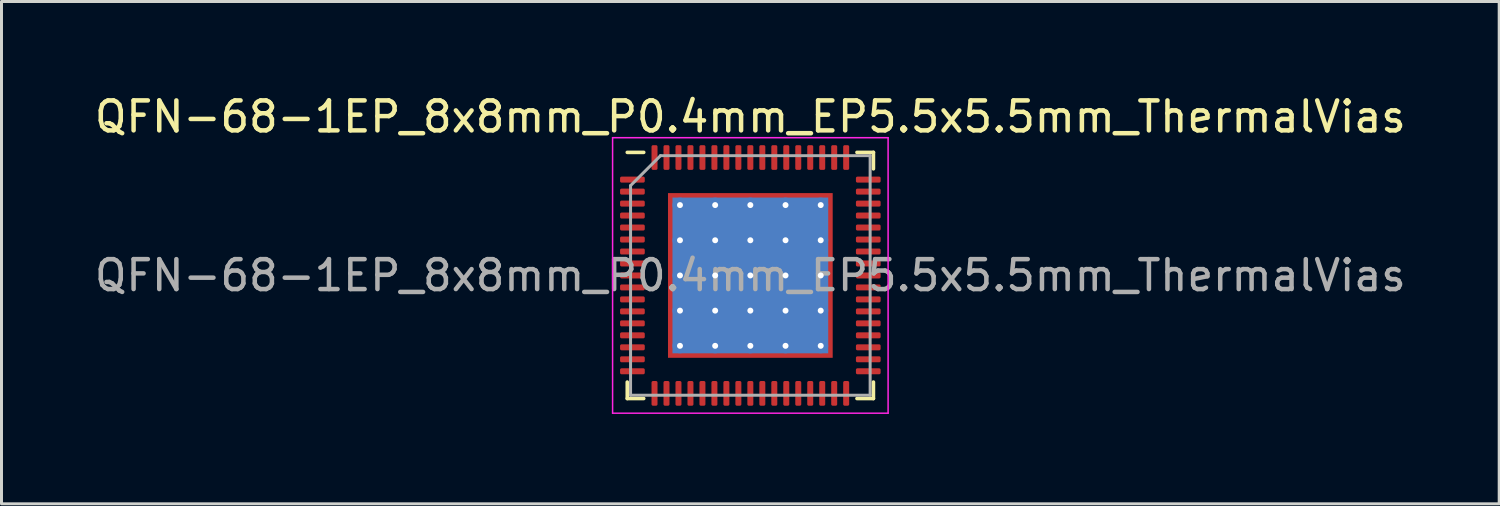
<source format=kicad_pcb>
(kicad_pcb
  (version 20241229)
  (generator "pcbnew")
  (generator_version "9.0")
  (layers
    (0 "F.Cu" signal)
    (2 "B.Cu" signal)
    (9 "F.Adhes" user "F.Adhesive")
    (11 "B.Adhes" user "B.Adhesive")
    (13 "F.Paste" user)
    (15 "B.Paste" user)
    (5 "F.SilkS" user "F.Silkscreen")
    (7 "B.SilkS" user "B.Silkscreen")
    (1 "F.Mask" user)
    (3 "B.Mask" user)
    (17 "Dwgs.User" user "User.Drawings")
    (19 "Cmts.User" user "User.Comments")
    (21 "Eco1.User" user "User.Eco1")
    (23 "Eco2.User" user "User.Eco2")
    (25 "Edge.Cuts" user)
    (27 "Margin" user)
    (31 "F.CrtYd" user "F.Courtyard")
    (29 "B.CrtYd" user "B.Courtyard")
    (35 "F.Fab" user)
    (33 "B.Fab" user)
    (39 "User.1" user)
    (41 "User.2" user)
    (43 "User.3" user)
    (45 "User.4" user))
  (footprint "QFN-68-1EP_8x8mm_P0.4mm_EP5.5x5.5mm_ThermalVias"
    (layer "F.Cu")
    (at 22.006 6.148)
    (property "Reference" "QFN-68-1EP_8x8mm_P0.4mm_EP5.5x5.5mm_ThermalVias" (at 0 -5.3 0) (layer "F.SilkS") (effects (font (size 1 1) (thickness 0.15))))
    (attr smd)
    (fp_line (start -4.11 4.11) (end -4.11 3.56) (stroke (width 0.12) (type solid)) (layer "F.SilkS"))
    (fp_line (start -3.56 -4.11) (end -4.11 -4.11) (stroke (width 0.12) (type solid)) (layer "F.SilkS"))
    (fp_line (start -3.56 4.11) (end -4.11 4.11) (stroke (width 0.12) (type solid)) (layer "F.SilkS"))
    (fp_line (start 3.56 -4.11) (end 4.11 -4.11) (stroke (width 0.12) (type solid)) (layer "F.SilkS"))
    (fp_line (start 3.56 4.11) (end 4.11 4.11) (stroke (width 0.12) (type solid)) (layer "F.SilkS"))
    (fp_line (start 4.11 -4.11) (end 4.11 -3.56) (stroke (width 0.12) (type solid)) (layer "F.SilkS"))
    (fp_line (start 4.11 4.11) (end 4.11 3.56) (stroke (width 0.12) (type solid)) (layer "F.SilkS"))
    (fp_line (start -4.6 -4.6) (end -4.6 4.6) (stroke (width 0.05) (type solid)) (layer "F.CrtYd"))
    (fp_line (start -4.6 4.6) (end 4.6 4.6) (stroke (width 0.05) (type solid)) (layer "F.CrtYd"))
    (fp_line (start 4.6 -4.6) (end -4.6 -4.6) (stroke (width 0.05) (type solid)) (layer "F.CrtYd"))
    (fp_line (start 4.6 4.6) (end 4.6 -4.6) (stroke (width 0.05) (type solid)) (layer "F.CrtYd"))
    (fp_line (start -4 -3) (end -3 -4) (stroke (width 0.1) (type solid)) (layer "F.Fab"))
    (fp_line (start -4 4) (end -4 -3) (stroke (width 0.1) (type solid)) (layer "F.Fab"))
    (fp_line (start -3 -4) (end 4 -4) (stroke (width 0.1) (type solid)) (layer "F.Fab"))
    (fp_line (start 4 -4) (end 4 4) (stroke (width 0.1) (type solid)) (layer "F.Fab"))
    (fp_line (start 4 4) (end -4 4) (stroke (width 0.1) (type solid)) (layer "F.Fab"))
    (fp_text user "${REFERENCE}" (at 0 0 0) (layer "F.Fab") (effects (font (size 1 1) (thickness 0.15))))
    (pad "" smd roundrect (at -1.762 -1.762) (size 1.007 1.007) (layers "F.Paste") (roundrect_rratio 0.248))
    (pad "" smd roundrect (at -1.762 -0.588) (size 1.007 1.007) (layers "F.Paste") (roundrect_rratio 0.248))
    (pad "" smd roundrect (at -1.762 0.588) (size 1.007 1.007) (layers "F.Paste") (roundrect_rratio 0.248))
    (pad "" smd roundrect (at -1.762 1.762) (size 1.007 1.007) (layers "F.Paste") (roundrect_rratio 0.248))
    (pad "" smd roundrect (at -0.588 -1.762) (size 1.007 1.007) (layers "F.Paste") (roundrect_rratio 0.248))
    (pad "" smd roundrect (at -0.588 -0.588) (size 1.007 1.007) (layers "F.Paste") (roundrect_rratio 0.248))
    (pad "" smd roundrect (at -0.588 0.588) (size 1.007 1.007) (layers "F.Paste") (roundrect_rratio 0.248))
    (pad "" smd roundrect (at -0.588 1.762) (size 1.007 1.007) (layers "F.Paste") (roundrect_rratio 0.248))
    (pad "" smd roundrect (at 0.588 -1.762) (size 1.007 1.007) (layers "F.Paste") (roundrect_rratio 0.248))
    (pad "" smd roundrect (at 0.588 -0.588) (size 1.007 1.007) (layers "F.Paste") (roundrect_rratio 0.248))
    (pad "" smd roundrect (at 0.588 0.588) (size 1.007 1.007) (layers "F.Paste") (roundrect_rratio 0.248))
    (pad "" smd roundrect (at 0.588 1.762) (size 1.007 1.007) (layers "F.Paste") (roundrect_rratio 0.248))
    (pad "" smd roundrect (at 1.762 -1.762) (size 1.007 1.007) (layers "F.Paste") (roundrect_rratio 0.248))
    (pad "" smd roundrect (at 1.762 -0.588) (size 1.007 1.007) (layers "F.Paste") (roundrect_rratio 0.248))
    (pad "" smd roundrect (at 1.762 0.588) (size 1.007 1.007) (layers "F.Paste") (roundrect_rratio 0.248))
    (pad "" smd roundrect (at 1.762 1.762) (size 1.007 1.007) (layers "F.Paste") (roundrect_rratio 0.248))
    (pad "1" smd roundrect (at -3.938 -3.2) (size 0.825 0.2) (layers "F.Cu" "F.Mask" "F.Paste") (roundrect_rratio 0.25))
    (pad "2" smd roundrect (at -3.938 -2.8) (size 0.825 0.2) (layers "F.Cu" "F.Mask" "F.Paste") (roundrect_rratio 0.25))
    (pad "3" smd roundrect (at -3.938 -2.4) (size 0.825 0.2) (layers "F.Cu" "F.Mask" "F.Paste") (roundrect_rratio 0.25))
    (pad "4" smd roundrect (at -3.938 -2) (size 0.825 0.2) (layers "F.Cu" "F.Mask" "F.Paste") (roundrect_rratio 0.25))
    (pad "5" smd roundrect (at -3.938 -1.6) (size 0.825 0.2) (layers "F.Cu" "F.Mask" "F.Paste") (roundrect_rratio 0.25))
    (pad "6" smd roundrect (at -3.938 -1.2) (size 0.825 0.2) (layers "F.Cu" "F.Mask" "F.Paste") (roundrect_rratio 0.25))
    (pad "7" smd roundrect (at -3.938 -0.8) (size 0.825 0.2) (layers "F.Cu" "F.Mask" "F.Paste") (roundrect_rratio 0.25))
    (pad "8" smd roundrect (at -3.938 -0.4) (size 0.825 0.2) (layers "F.Cu" "F.Mask" "F.Paste") (roundrect_rratio 0.25))
    (pad "9" smd roundrect (at -3.938 0) (size 0.825 0.2) (layers "F.Cu" "F.Mask" "F.Paste") (roundrect_rratio 0.25))
    (pad "10" smd roundrect (at -3.938 0.4) (size 0.825 0.2) (layers "F.Cu" "F.Mask" "F.Paste") (roundrect_rratio 0.25))
    (pad "11" smd roundrect (at -3.938 0.8) (size 0.825 0.2) (layers "F.Cu" "F.Mask" "F.Paste") (roundrect_rratio 0.25))
    (pad "12" smd roundrect (at -3.938 1.2) (size 0.825 0.2) (layers "F.Cu" "F.Mask" "F.Paste") (roundrect_rratio 0.25))
    (pad "13" smd roundrect (at -3.938 1.6) (size 0.825 0.2) (layers "F.Cu" "F.Mask" "F.Paste") (roundrect_rratio 0.25))
    (pad "14" smd roundrect (at -3.938 2) (size 0.825 0.2) (layers "F.Cu" "F.Mask" "F.Paste") (roundrect_rratio 0.25))
    (pad "15" smd roundrect (at -3.938 2.4) (size 0.825 0.2) (layers "F.Cu" "F.Mask" "F.Paste") (roundrect_rratio 0.25))
    (pad "16" smd roundrect (at -3.938 2.8) (size 0.825 0.2) (layers "F.Cu" "F.Mask" "F.Paste") (roundrect_rratio 0.25))
    (pad "17" smd roundrect (at -3.938 3.2) (size 0.825 0.2) (layers "F.Cu" "F.Mask" "F.Paste") (roundrect_rratio 0.25))
    (pad "18" smd roundrect (at -3.2 3.938) (size 0.2 0.825) (layers "F.Cu" "F.Mask" "F.Paste") (roundrect_rratio 0.25))
    (pad "19" smd roundrect (at -2.8 3.938) (size 0.2 0.825) (layers "F.Cu" "F.Mask" "F.Paste") (roundrect_rratio 0.25))
    (pad "20" smd roundrect (at -2.4 3.938) (size 0.2 0.825) (layers "F.Cu" "F.Mask" "F.Paste") (roundrect_rratio 0.25))
    (pad "21" smd roundrect (at -2 3.938) (size 0.2 0.825) (layers "F.Cu" "F.Mask" "F.Paste") (roundrect_rratio 0.25))
    (pad "22" smd roundrect (at -1.6 3.938) (size 0.2 0.825) (layers "F.Cu" "F.Mask" "F.Paste") (roundrect_rratio 0.25))
    (pad "23" smd roundrect (at -1.2 3.938) (size 0.2 0.825) (layers "F.Cu" "F.Mask" "F.Paste") (roundrect_rratio 0.25))
    (pad "24" smd roundrect (at -0.8 3.938) (size 0.2 0.825) (layers "F.Cu" "F.Mask" "F.Paste") (roundrect_rratio 0.25))
    (pad "25" smd roundrect (at -0.4 3.938) (size 0.2 0.825) (layers "F.Cu" "F.Mask" "F.Paste") (roundrect_rratio 0.25))
    (pad "26" smd roundrect (at 0 3.938) (size 0.2 0.825) (layers "F.Cu" "F.Mask" "F.Paste") (roundrect_rratio 0.25))
    (pad "27" smd roundrect (at 0.4 3.938) (size 0.2 0.825) (layers "F.Cu" "F.Mask" "F.Paste") (roundrect_rratio 0.25))
    (pad "28" smd roundrect (at 0.8 3.938) (size 0.2 0.825) (layers "F.Cu" "F.Mask" "F.Paste") (roundrect_rratio 0.25))
    (pad "29" smd roundrect (at 1.2 3.938) (size 0.2 0.825) (layers "F.Cu" "F.Mask" "F.Paste") (roundrect_rratio 0.25))
    (pad "30" smd roundrect (at 1.6 3.938) (size 0.2 0.825) (layers "F.Cu" "F.Mask" "F.Paste") (roundrect_rratio 0.25))
    (pad "31" smd roundrect (at 2 3.938) (size 0.2 0.825) (layers "F.Cu" "F.Mask" "F.Paste") (roundrect_rratio 0.25))
    (pad "32" smd roundrect (at 2.4 3.938) (size 0.2 0.825) (layers "F.Cu" "F.Mask" "F.Paste") (roundrect_rratio 0.25))
    (pad "33" smd roundrect (at 2.8 3.938) (size 0.2 0.825) (layers "F.Cu" "F.Mask" "F.Paste") (roundrect_rratio 0.25))
    (pad "34" smd roundrect (at 3.2 3.938) (size 0.2 0.825) (layers "F.Cu" "F.Mask" "F.Paste") (roundrect_rratio 0.25))
    (pad "35" smd roundrect (at 3.938 3.2) (size 0.825 0.2) (layers "F.Cu" "F.Mask" "F.Paste") (roundrect_rratio 0.25))
    (pad "36" smd roundrect (at 3.938 2.8) (size 0.825 0.2) (layers "F.Cu" "F.Mask" "F.Paste") (roundrect_rratio 0.25))
    (pad "37" smd roundrect (at 3.938 2.4) (size 0.825 0.2) (layers "F.Cu" "F.Mask" "F.Paste") (roundrect_rratio 0.25))
    (pad "38" smd roundrect (at 3.938 2) (size 0.825 0.2) (layers "F.Cu" "F.Mask" "F.Paste") (roundrect_rratio 0.25))
    (pad "39" smd roundrect (at 3.938 1.6) (size 0.825 0.2) (layers "F.Cu" "F.Mask" "F.Paste") (roundrect_rratio 0.25))
    (pad "40" smd roundrect (at 3.938 1.2) (size 0.825 0.2) (layers "F.Cu" "F.Mask" "F.Paste") (roundrect_rratio 0.25))
    (pad "41" smd roundrect (at 3.938 0.8) (size 0.825 0.2) (layers "F.Cu" "F.Mask" "F.Paste") (roundrect_rratio 0.25))
    (pad "42" smd roundrect (at 3.938 0.4) (size 0.825 0.2) (layers "F.Cu" "F.Mask" "F.Paste") (roundrect_rratio 0.25))
    (pad "43" smd roundrect (at 3.938 0) (size 0.825 0.2) (layers "F.Cu" "F.Mask" "F.Paste") (roundrect_rratio 0.25))
    (pad "44" smd roundrect (at 3.938 -0.4) (size 0.825 0.2) (layers "F.Cu" "F.Mask" "F.Paste") (roundrect_rratio 0.25))
    (pad "45" smd roundrect (at 3.938 -0.8) (size 0.825 0.2) (layers "F.Cu" "F.Mask" "F.Paste") (roundrect_rratio 0.25))
    (pad "46" smd roundrect (at 3.938 -1.2) (size 0.825 0.2) (layers "F.Cu" "F.Mask" "F.Paste") (roundrect_rratio 0.25))
    (pad "47" smd roundrect (at 3.938 -1.6) (size 0.825 0.2) (layers "F.Cu" "F.Mask" "F.Paste") (roundrect_rratio 0.25))
    (pad "48" smd roundrect (at 3.938 -2) (size 0.825 0.2) (layers "F.Cu" "F.Mask" "F.Paste") (roundrect_rratio 0.25))
    (pad "49" smd roundrect (at 3.938 -2.4) (size 0.825 0.2) (layers "F.Cu" "F.Mask" "F.Paste") (roundrect_rratio 0.25))
    (pad "50" smd roundrect (at 3.938 -2.8) (size 0.825 0.2) (layers "F.Cu" "F.Mask" "F.Paste") (roundrect_rratio 0.25))
    (pad "51" smd roundrect (at 3.938 -3.2) (size 0.825 0.2) (layers "F.Cu" "F.Mask" "F.Paste") (roundrect_rratio 0.25))
    (pad "52" smd roundrect (at 3.2 -3.938) (size 0.2 0.825) (layers "F.Cu" "F.Mask" "F.Paste") (roundrect_rratio 0.25))
    (pad "53" smd roundrect (at 2.8 -3.938) (size 0.2 0.825) (layers "F.Cu" "F.Mask" "F.Paste") (roundrect_rratio 0.25))
    (pad "54" smd roundrect (at 2.4 -3.938) (size 0.2 0.825) (layers "F.Cu" "F.Mask" "F.Paste") (roundrect_rratio 0.25))
    (pad "55" smd roundrect (at 2 -3.938) (size 0.2 0.825) (layers "F.Cu" "F.Mask" "F.Paste") (roundrect_rratio 0.25))
    (pad "56" smd roundrect (at 1.6 -3.938) (size 0.2 0.825) (layers "F.Cu" "F.Mask" "F.Paste") (roundrect_rratio 0.25))
    (pad "57" smd roundrect (at 1.2 -3.938) (size 0.2 0.825) (layers "F.Cu" "F.Mask" "F.Paste") (roundrect_rratio 0.25))
    (pad "58" smd roundrect (at 0.8 -3.938) (size 0.2 0.825) (layers "F.Cu" "F.Mask" "F.Paste") (roundrect_rratio 0.25))
    (pad "59" smd roundrect (at 0.4 -3.938) (size 0.2 0.825) (layers "F.Cu" "F.Mask" "F.Paste") (roundrect_rratio 0.25))
    (pad "60" smd roundrect (at 0 -3.938) (size 0.2 0.825) (layers "F.Cu" "F.Mask" "F.Paste") (roundrect_rratio 0.25))
    (pad "61" smd roundrect (at -0.4 -3.938) (size 0.2 0.825) (layers "F.Cu" "F.Mask" "F.Paste") (roundrect_rratio 0.25))
    (pad "62" smd roundrect (at -0.8 -3.938) (size 0.2 0.825) (layers "F.Cu" "F.Mask" "F.Paste") (roundrect_rratio 0.25))
    (pad "63" smd roundrect (at -1.2 -3.938) (size 0.2 0.825) (layers "F.Cu" "F.Mask" "F.Paste") (roundrect_rratio 0.25))
    (pad "64" smd roundrect (at -1.6 -3.938) (size 0.2 0.825) (layers "F.Cu" "F.Mask" "F.Paste") (roundrect_rratio 0.25))
    (pad "65" smd roundrect (at -2 -3.938) (size 0.2 0.825) (layers "F.Cu" "F.Mask" "F.Paste") (roundrect_rratio 0.25))
    (pad "66" smd roundrect (at -2.4 -3.938) (size 0.2 0.825) (layers "F.Cu" "F.Mask" "F.Paste") (roundrect_rratio 0.25))
    (pad "67" smd roundrect (at -2.8 -3.938) (size 0.2 0.825) (layers "F.Cu" "F.Mask" "F.Paste") (roundrect_rratio 0.25))
    (pad "68" smd roundrect (at -3.2 -3.938) (size 0.2 0.825) (layers "F.Cu" "F.Mask" "F.Paste") (roundrect_rratio 0.25))
    (pad "69" thru_hole circle (at -2.35 -2.35) (size 0.5 0.5) (drill 0.2) (layers "*.Cu"))
    (pad "69" thru_hole circle (at -2.35 -1.175) (size 0.5 0.5) (drill 0.2) (layers "*.Cu"))
    (pad "69" thru_hole circle (at -2.35 0) (size 0.5 0.5) (drill 0.2) (layers "*.Cu"))
    (pad "69" thru_hole circle (at -2.35 1.175) (size 0.5 0.5) (drill 0.2) (layers "*.Cu"))
    (pad "69" thru_hole circle (at -2.35 2.35) (size 0.5 0.5) (drill 0.2) (layers "*.Cu"))
    (pad "69" thru_hole circle (at -1.175 -2.35) (size 0.5 0.5) (drill 0.2) (layers "*.Cu"))
    (pad "69" thru_hole circle (at -1.175 -1.175) (size 0.5 0.5) (drill 0.2) (layers "*.Cu"))
    (pad "69" thru_hole circle (at -1.175 0) (size 0.5 0.5) (drill 0.2) (layers "*.Cu"))
    (pad "69" thru_hole circle (at -1.175 1.175) (size 0.5 0.5) (drill 0.2) (layers "*.Cu"))
    (pad "69" thru_hole circle (at -1.175 2.35) (size 0.5 0.5) (drill 0.2) (layers "*.Cu"))
    (pad "69" thru_hole circle (at 0 -2.35) (size 0.5 0.5) (drill 0.2) (layers "*.Cu"))
    (pad "69" thru_hole circle (at 0 -1.175) (size 0.5 0.5) (drill 0.2) (layers "*.Cu"))
    (pad "69" thru_hole circle (at 0 0) (size 0.5 0.5) (drill 0.2) (layers "*.Cu"))
    (pad "69" smd rect (at 0 0) (size 5.2 5.2) (layers "B.Cu"))
    (pad "69" smd rect (at 0 0) (size 5.5 5.5) (layers "F.Cu" "F.Mask"))
    (pad "69" thru_hole circle (at 0 1.175) (size 0.5 0.5) (drill 0.2) (layers "*.Cu"))
    (pad "69" thru_hole circle (at 0 2.35) (size 0.5 0.5) (drill 0.2) (layers "*.Cu"))
    (pad "69" thru_hole circle (at 1.175 -2.35) (size 0.5 0.5) (drill 0.2) (layers "*.Cu"))
    (pad "69" thru_hole circle (at 1.175 -1.175) (size 0.5 0.5) (drill 0.2) (layers "*.Cu"))
    (pad "69" thru_hole circle (at 1.175 0) (size 0.5 0.5) (drill 0.2) (layers "*.Cu"))
    (pad "69" thru_hole circle (at 1.175 1.175) (size 0.5 0.5) (drill 0.2) (layers "*.Cu"))
    (pad "69" thru_hole circle (at 1.175 2.35) (size 0.5 0.5) (drill 0.2) (layers "*.Cu"))
    (pad "69" thru_hole circle (at 2.35 -2.35) (size 0.5 0.5) (drill 0.2) (layers "*.Cu"))
    (pad "69" thru_hole circle (at 2.35 -1.175) (size 0.5 0.5) (drill 0.2) (layers "*.Cu"))
    (pad "69" thru_hole circle (at 2.35 0) (size 0.5 0.5) (drill 0.2) (layers "*.Cu"))
    (pad "69" thru_hole circle (at 2.35 1.175) (size 0.5 0.5) (drill 0.2) (layers "*.Cu"))
    (pad "69" thru_hole circle (at 2.35 2.35) (size 0.5 0.5) (drill 0.2) (layers "*.Cu")))
  (gr_rect
    (start -3 -3)
    (end 47.012 13.773)
    (stroke (width 0.1) (type default))
    (fill no)
    (layer "Edge.Cuts")))
</source>
